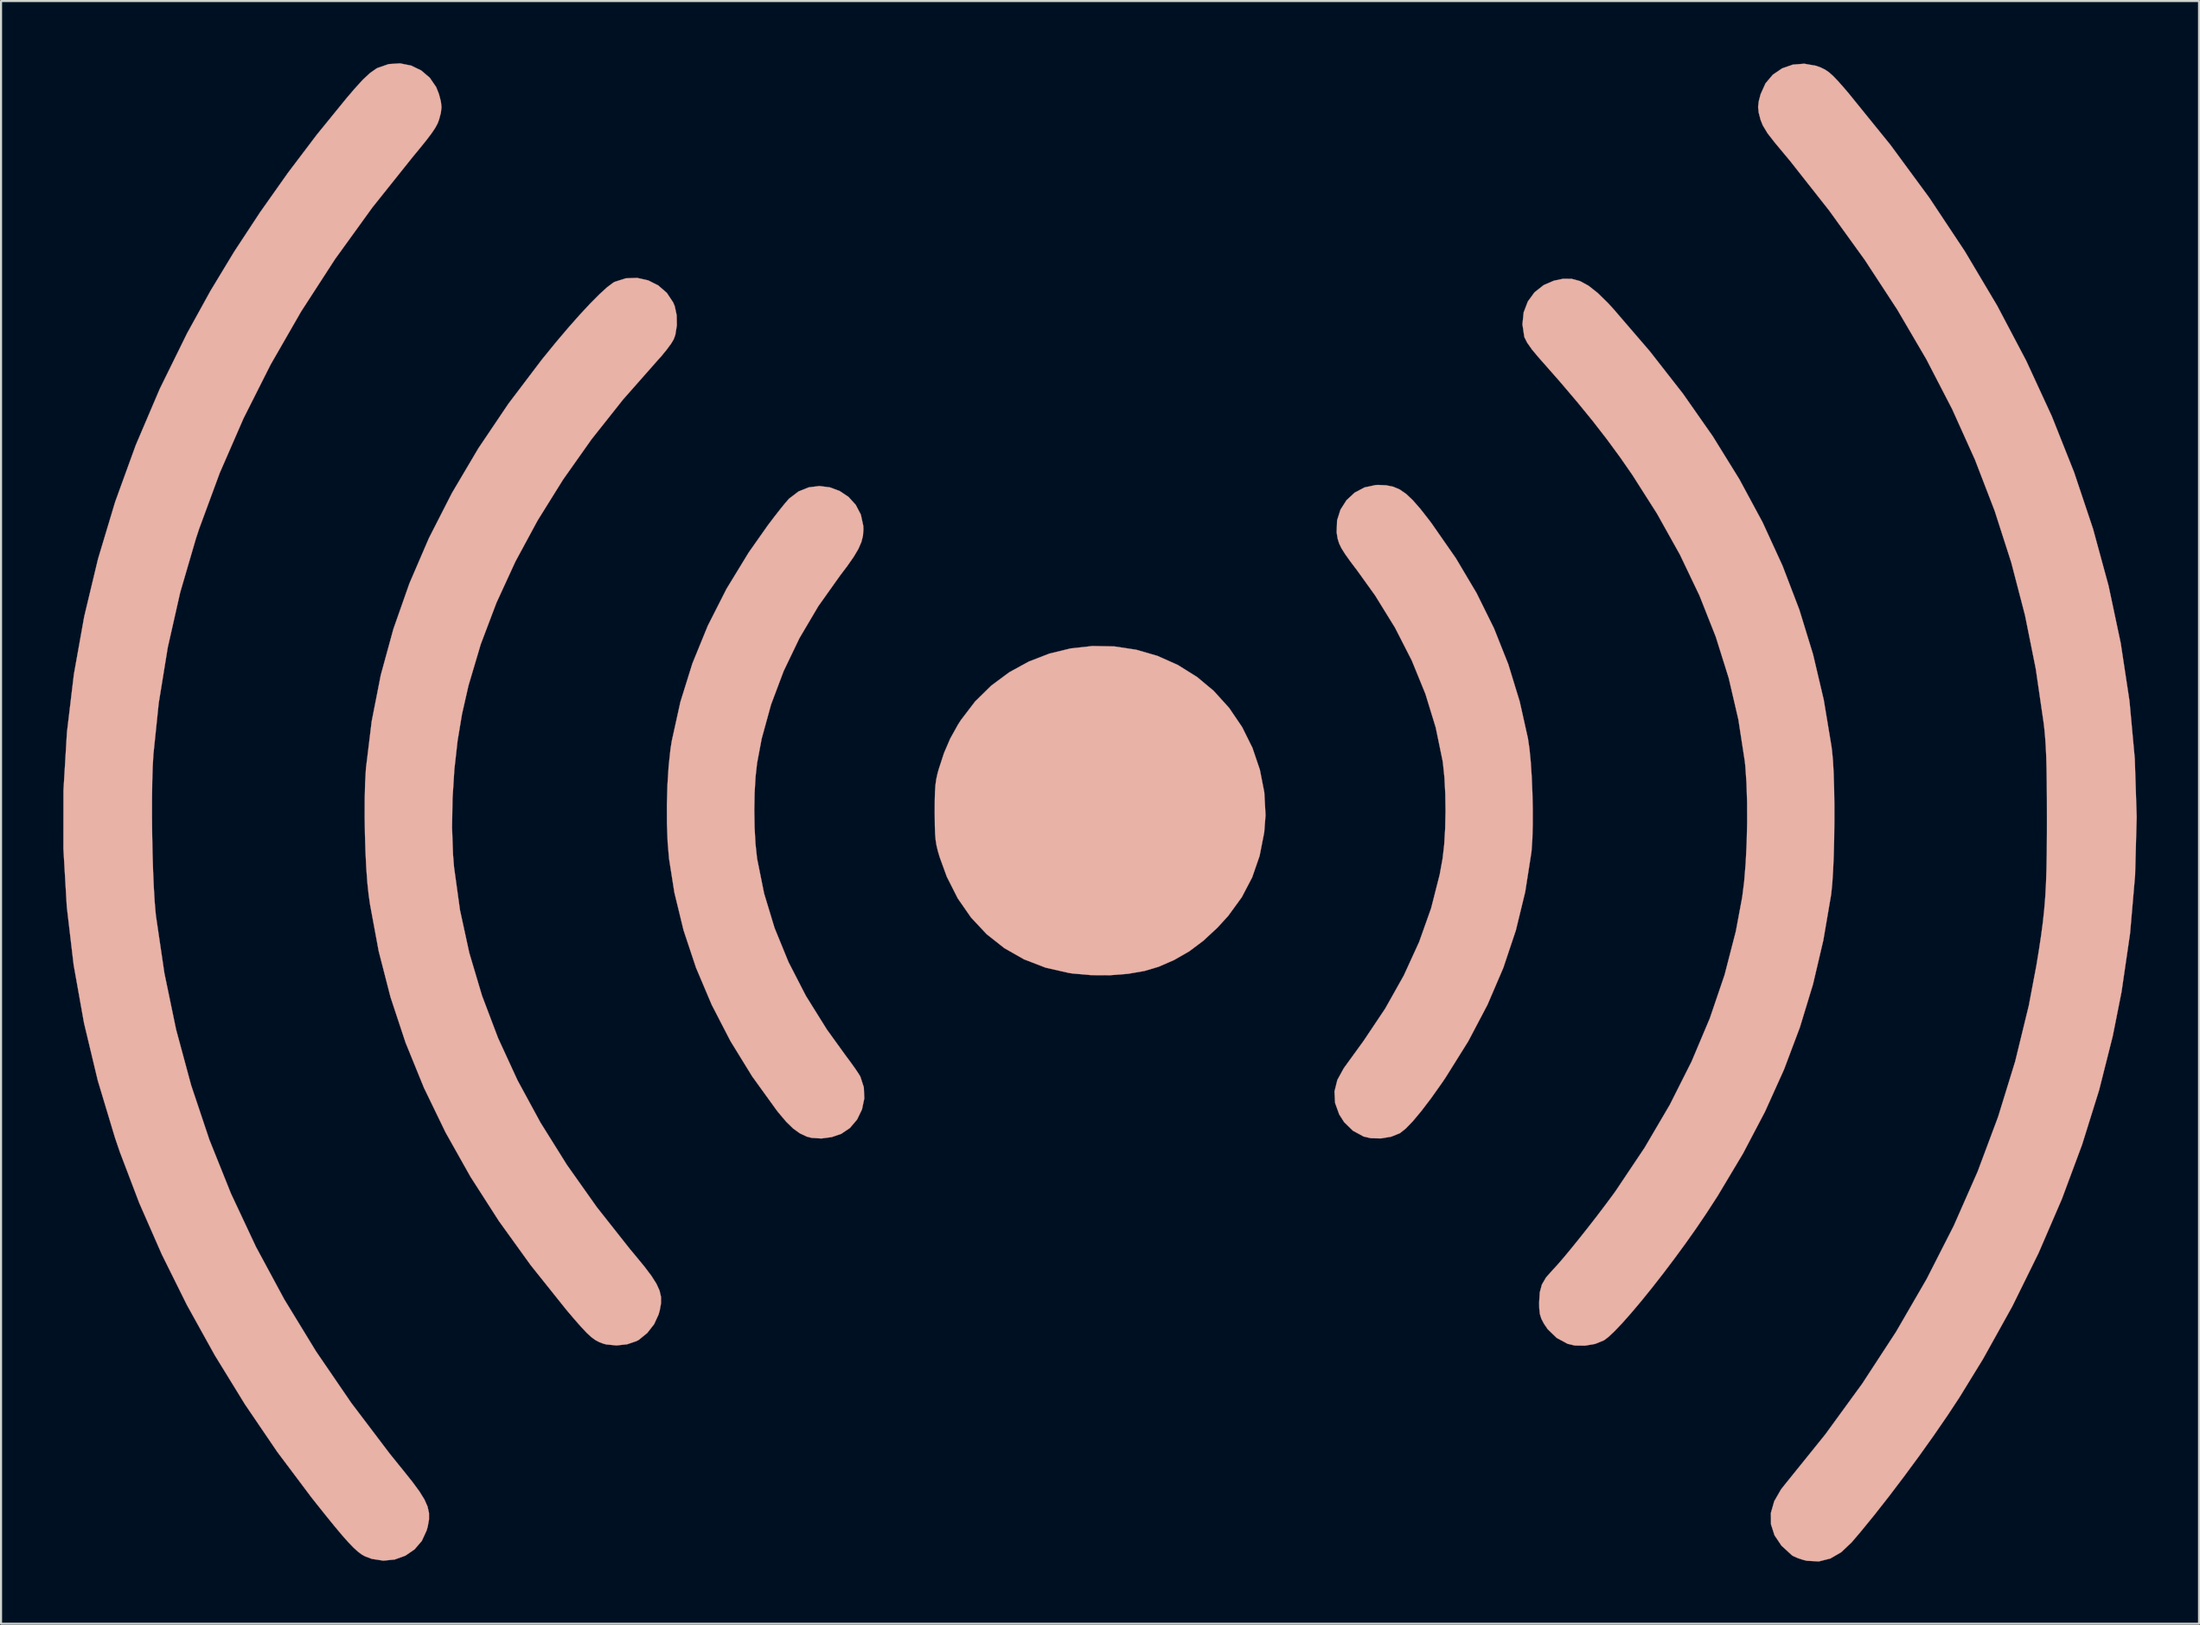
<source format=kicad_pcb>
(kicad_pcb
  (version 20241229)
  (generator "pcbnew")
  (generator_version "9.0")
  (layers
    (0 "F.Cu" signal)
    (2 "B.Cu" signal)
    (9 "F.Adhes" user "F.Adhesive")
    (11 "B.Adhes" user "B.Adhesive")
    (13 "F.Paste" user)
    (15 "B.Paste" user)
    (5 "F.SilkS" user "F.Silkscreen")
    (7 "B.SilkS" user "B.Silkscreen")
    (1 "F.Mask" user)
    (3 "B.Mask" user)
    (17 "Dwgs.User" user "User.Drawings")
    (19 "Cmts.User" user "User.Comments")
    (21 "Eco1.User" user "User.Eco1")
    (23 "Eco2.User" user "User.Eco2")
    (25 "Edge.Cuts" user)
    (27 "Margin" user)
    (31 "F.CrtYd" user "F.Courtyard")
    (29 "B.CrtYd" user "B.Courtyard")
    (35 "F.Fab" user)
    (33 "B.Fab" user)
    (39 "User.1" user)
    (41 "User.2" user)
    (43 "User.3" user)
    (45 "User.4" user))
  (footprint "rfid_7x20_B"
    (layer "F.Cu")
    (at 49.895 36.104)
    (property "Reference" "rfid_7x20_B" (at 0 0 0) (layer "B.SilkS") (effects (font (size 1.524 1.524) (thickness 0.3))))
    (attr through_hole)
    (fp_poly (pts (xy 0.745 -7.994) (xy 1.794 -7.836) (xy 2.819 -7.539) (xy 3.804 -7.1) (xy 4.734 -6.517) (xy 5.526 -5.856) (xy 6.275 -5.029) (xy 6.901 -4.105) (xy 7.397 -3.104) (xy 7.755 -2.048) (xy 7.968 -0.959) (xy 8.027 0.141) (xy 7.964 0.968) (xy 7.742 2.1) (xy 7.384 3.136) (xy 6.882 4.095) (xy 6.228 4.994) (xy 5.715 5.556) (xy 5.029 6.194) (xy 4.348 6.704) (xy 3.623 7.12) (xy 2.878 7.445) (xy 2.198 7.648) (xy 1.402 7.786) (xy 0.533 7.854) (xy -0.368 7.85) (xy -1.258 7.772) (xy -1.447 7.744) (xy -2.57 7.489) (xy -3.609 7.088) (xy -4.558 6.548) (xy -5.41 5.875) (xy -6.16 5.073) (xy -6.802 4.149) (xy -7.328 3.107) (xy -7.673 2.159) (xy -7.762 1.856) (xy -7.825 1.593) (xy -7.867 1.33) (xy -7.892 1.027) (xy -7.905 0.643) (xy -7.91 0.14) (xy -7.911 0) (xy -7.909 -0.555) (xy -7.898 -0.979) (xy -7.876 -1.311) (xy -7.837 -1.591) (xy -7.778 -1.857) (xy -7.723 -2.059) (xy -7.463 -2.857) (xy -7.163 -3.554) (xy -6.794 -4.218) (xy -6.649 -4.445) (xy -5.966 -5.34) (xy -5.183 -6.109) (xy -4.315 -6.752) (xy -3.379 -7.265) (xy -2.389 -7.648) (xy -1.362 -7.898) (xy -0.312 -8.014) (xy 0.745 -7.994)) (stroke (width 0.01) (type solid)) (fill yes) (layer "B.SilkS"))
    (fp_poly (pts (xy -12.961 -15.662) (xy -12.484 -15.483) (xy -12.061 -15.198) (xy -11.716 -14.818) (xy -11.472 -14.352) (xy -11.354 -13.811) (xy -11.347 -13.631) (xy -11.369 -13.327) (xy -11.446 -13.024) (xy -11.588 -12.697) (xy -11.811 -12.32) (xy -12.126 -11.868) (xy -12.467 -11.417) (xy -13.518 -9.937) (xy -14.427 -8.397) (xy -15.189 -6.81) (xy -15.798 -5.19) (xy -16.248 -3.551) (xy -16.47 -2.371) (xy -16.544 -1.709) (xy -16.589 -0.934) (xy -16.604 -0.102) (xy -16.59 0.733) (xy -16.547 1.518) (xy -16.474 2.196) (xy -16.468 2.241) (xy -16.131 3.916) (xy -15.628 5.575) (xy -14.956 7.22) (xy -14.117 8.851) (xy -13.109 10.468) (xy -12.233 11.684) (xy -11.979 12.026) (xy -11.752 12.343) (xy -11.58 12.598) (xy -11.494 12.742) (xy -11.327 13.257) (xy -11.304 13.796) (xy -11.416 14.324) (xy -11.651 14.809) (xy -11.996 15.217) (xy -12.416 15.5) (xy -12.871 15.656) (xy -13.369 15.723) (xy -13.84 15.694) (xy -14.076 15.632) (xy -14.409 15.475) (xy -14.729 15.245) (xy -15.064 14.919) (xy -15.442 14.472) (xy -15.522 14.37) (xy -16.706 12.729) (xy -17.752 11.028) (xy -18.655 9.279) (xy -19.41 7.495) (xy -20.011 5.688) (xy -20.453 3.871) (xy -20.711 2.233) (xy -20.778 1.442) (xy -20.813 0.552) (xy -20.815 -0.389) (xy -20.787 -1.332) (xy -20.729 -2.231) (xy -20.642 -3.037) (xy -20.581 -3.429) (xy -20.163 -5.323) (xy -19.585 -7.176) (xy -18.844 -8.991) (xy -17.94 -10.773) (xy -16.872 -12.524) (xy -15.954 -13.828) (xy -15.663 -14.213) (xy -15.384 -14.571) (xy -15.144 -14.869) (xy -14.968 -15.074) (xy -14.923 -15.122) (xy -14.472 -15.465) (xy -13.979 -15.663) (xy -13.467 -15.726) (xy -12.961 -15.662)) (stroke (width 0.01) (type solid)) (fill yes) (layer "B.SilkS"))
    (fp_poly (pts (xy 13.838 -15.762) (xy 14.175 -15.694) (xy 14.488 -15.562) (xy 14.798 -15.348) (xy 15.125 -15.039) (xy 15.492 -14.619) (xy 15.919 -14.072) (xy 16.038 -13.912) (xy 17.197 -12.246) (xy 18.192 -10.57) (xy 19.033 -8.87) (xy 19.724 -7.131) (xy 20.273 -5.338) (xy 20.671 -3.556) (xy 20.744 -3.053) (xy 20.805 -2.421) (xy 20.852 -1.7) (xy 20.885 -0.93) (xy 20.902 -0.152) (xy 20.901 0.596) (xy 20.883 1.273) (xy 20.845 1.838) (xy 20.833 1.949) (xy 20.537 3.841) (xy 20.088 5.688) (xy 19.483 7.498) (xy 18.719 9.28) (xy 17.792 11.041) (xy 16.699 12.79) (xy 16.53 13.039) (xy 16.007 13.778) (xy 15.536 14.397) (xy 15.125 14.89) (xy 14.78 15.248) (xy 14.507 15.464) (xy 14.497 15.47) (xy 14.08 15.638) (xy 13.591 15.72) (xy 13.102 15.71) (xy 12.753 15.629) (xy 12.236 15.348) (xy 11.813 14.934) (xy 11.578 14.564) (xy 11.379 14.012) (xy 11.349 13.459) (xy 11.487 12.903) (xy 11.794 12.343) (xy 11.832 12.289) (xy 12.015 12.036) (xy 12.261 11.696) (xy 12.536 11.317) (xy 12.747 11.026) (xy 13.793 9.462) (xy 14.688 7.869) (xy 15.426 6.256) (xy 16.004 4.63) (xy 16.419 3) (xy 16.56 2.219) (xy 16.636 1.558) (xy 16.682 0.784) (xy 16.7 -0.048) (xy 16.688 -0.886) (xy 16.647 -1.675) (xy 16.576 -2.36) (xy 16.56 -2.473) (xy 16.227 -4.088) (xy 15.731 -5.705) (xy 15.076 -7.312) (xy 14.267 -8.897) (xy 13.31 -10.448) (xy 12.45 -11.647) (xy 12.109 -12.099) (xy 11.86 -12.449) (xy 11.686 -12.726) (xy 11.573 -12.961) (xy 11.504 -13.182) (xy 11.464 -13.42) (xy 11.454 -13.505) (xy 11.474 -14.068) (xy 11.639 -14.589) (xy 11.929 -15.043) (xy 12.322 -15.408) (xy 12.797 -15.659) (xy 13.335 -15.774) (xy 13.456 -15.779) (xy 13.838 -15.762)) (stroke (width 0.01) (type solid)) (fill yes) (layer "B.SilkS"))
    (fp_poly (pts (xy -21.715 -25.639) (xy -21.229 -25.394) (xy -20.818 -25.036) (xy -20.513 -24.577) (xy -20.436 -24.392) (xy -20.344 -23.96) (xy -20.335 -23.476) (xy -20.408 -23.018) (xy -20.484 -22.804) (xy -20.611 -22.59) (xy -20.823 -22.302) (xy -21.085 -21.982) (xy -21.26 -21.788) (xy -22.924 -19.901) (xy -24.445 -17.981) (xy -25.819 -16.035) (xy -27.043 -14.068) (xy -28.114 -12.086) (xy -29.029 -10.095) (xy -29.783 -8.101) (xy -30.374 -6.11) (xy -30.685 -4.741) (xy -30.9 -3.448) (xy -31.054 -2.07) (xy -31.143 -0.66) (xy -31.166 0.728) (xy -31.119 2.043) (xy -31.071 2.637) (xy -30.784 4.715) (xy -30.335 6.78) (xy -29.724 8.835) (xy -28.949 10.882) (xy -28.01 12.923) (xy -26.905 14.959) (xy -25.634 16.993) (xy -24.196 19.027) (xy -22.589 21.063) (xy -22.351 21.348) (xy -21.901 21.895) (xy -21.561 22.345) (xy -21.32 22.724) (xy -21.169 23.055) (xy -21.098 23.363) (xy -21.098 23.672) (xy -21.159 24.006) (xy -21.214 24.204) (xy -21.429 24.673) (xy -21.762 25.1) (xy -22.168 25.429) (xy -22.276 25.489) (xy -22.728 25.643) (xy -23.242 25.699) (xy -23.738 25.651) (xy -23.876 25.614) (xy -24.075 25.539) (xy -24.262 25.439) (xy -24.456 25.297) (xy -24.676 25.093) (xy -24.944 24.809) (xy -25.278 24.429) (xy -25.674 23.961) (xy -27.374 21.833) (xy -28.907 19.704) (xy -30.275 17.571) (xy -31.479 15.429) (xy -32.522 13.274) (xy -33.405 11.103) (xy -34.13 8.91) (xy -34.7 6.692) (xy -35.116 4.445) (xy -35.183 3.979) (xy -35.246 3.395) (xy -35.298 2.682) (xy -35.337 1.881) (xy -35.363 1.031) (xy -35.375 0.173) (xy -35.372 -0.654) (xy -35.354 -1.408) (xy -35.318 -2.051) (xy -35.312 -2.13) (xy -35.038 -4.381) (xy -34.599 -6.615) (xy -33.992 -8.833) (xy -33.219 -11.034) (xy -32.278 -13.219) (xy -31.17 -15.39) (xy -29.895 -17.547) (xy -28.451 -19.691) (xy -26.838 -21.822) (xy -26.165 -22.648) (xy -25.566 -23.355) (xy -25.008 -23.986) (xy -24.503 -24.529) (xy -24.061 -24.973) (xy -23.694 -25.308) (xy -23.411 -25.521) (xy -23.325 -25.57) (xy -22.794 -25.739) (xy -22.247 -25.758) (xy -21.715 -25.639)) (stroke (width 0.01) (type solid)) (fill yes) (layer "B.SilkS"))
    (fp_poly (pts (xy 34.556 -35.981) (xy 34.79 -35.894) (xy 34.983 -35.799) (xy 35.168 -35.673) (xy 35.37 -35.494) (xy 35.615 -35.239) (xy 35.927 -34.884) (xy 36.102 -34.679) (xy 38.133 -32.171) (xy 40.006 -29.623) (xy 41.72 -27.039) (xy 43.276 -24.421) (xy 44.672 -21.772) (xy 45.907 -19.095) (xy 46.982 -16.392) (xy 47.894 -13.666) (xy 48.643 -10.919) (xy 49.229 -8.154) (xy 49.65 -5.375) (xy 49.907 -2.582) (xy 49.998 0.219) (xy 49.922 3.029) (xy 49.679 5.842) (xy 49.268 8.658) (xy 48.847 10.778) (xy 48.188 13.393) (xy 47.368 16.02) (xy 46.393 18.643) (xy 45.269 21.248) (xy 44.002 23.82) (xy 42.599 26.345) (xy 41.464 28.194) (xy 40.881 29.08) (xy 40.225 30.034) (xy 39.52 31.024) (xy 38.788 32.018) (xy 38.055 32.985) (xy 37.344 33.891) (xy 36.678 34.706) (xy 36.26 35.196) (xy 35.762 35.667) (xy 35.237 35.971) (xy 34.688 36.109) (xy 34.114 36.08) (xy 33.935 36.037) (xy 33.665 35.948) (xy 33.445 35.849) (xy 33.385 35.811) (xy 32.885 35.35) (xy 32.55 34.851) (xy 32.38 34.322) (xy 32.375 33.772) (xy 32.536 33.209) (xy 32.864 32.639) (xy 33.049 32.404) (xy 34.991 29.995) (xy 36.777 27.541) (xy 38.406 25.043) (xy 39.876 22.505) (xy 41.187 19.929) (xy 42.336 17.32) (xy 43.323 14.678) (xy 44.145 12.009) (xy 44.802 9.314) (xy 45.165 7.396) (xy 45.292 6.62) (xy 45.396 5.928) (xy 45.48 5.291) (xy 45.545 4.682) (xy 45.595 4.069) (xy 45.63 3.424) (xy 45.654 2.717) (xy 45.668 1.92) (xy 45.674 1.003) (xy 45.675 0.296) (xy 45.673 -0.638) (xy 45.667 -1.426) (xy 45.657 -2.091) (xy 45.642 -2.655) (xy 45.62 -3.141) (xy 45.592 -3.572) (xy 45.556 -3.971) (xy 45.522 -4.276) (xy 45.137 -6.917) (xy 44.617 -9.503) (xy 43.957 -12.04) (xy 43.155 -14.535) (xy 42.208 -16.995) (xy 41.112 -19.427) (xy 39.865 -21.838) (xy 38.463 -24.233) (xy 36.902 -26.622) (xy 35.181 -29.009) (xy 33.296 -31.402) (xy 32.565 -32.279) (xy 32.214 -32.73) (xy 31.985 -33.111) (xy 31.88 -33.374) (xy 31.788 -33.726) (xy 31.759 -34.001) (xy 31.792 -34.28) (xy 31.882 -34.618) (xy 32.117 -35.138) (xy 32.47 -35.555) (xy 32.916 -35.858) (xy 33.429 -36.038) (xy 33.984 -36.082) (xy 34.556 -35.981)) (stroke (width 0.01) (type solid)) (fill yes) (layer "B.SilkS"))
    (fp_poly (pts (xy -33.14 -35.993) (xy -32.654 -35.759) (xy -32.241 -35.409) (xy -31.929 -34.954) (xy -31.798 -34.621) (xy -31.705 -34.266) (xy -31.674 -33.99) (xy -31.705 -33.715) (xy -31.793 -33.383) (xy -31.864 -33.197) (xy -31.98 -32.984) (xy -32.157 -32.721) (xy -32.409 -32.388) (xy -32.75 -31.966) (xy -33.044 -31.611) (xy -35.007 -29.152) (xy -36.804 -26.663) (xy -38.437 -24.14) (xy -39.906 -21.583) (xy -41.213 -18.988) (xy -42.36 -16.354) (xy -43.346 -13.679) (xy -43.502 -13.208) (xy -44.264 -10.598) (xy -44.862 -7.952) (xy -45.299 -5.262) (xy -45.555 -2.787) (xy -45.588 -2.206) (xy -45.61 -1.498) (xy -45.621 -0.695) (xy -45.622 0.171) (xy -45.614 1.067) (xy -45.596 1.963) (xy -45.57 2.825) (xy -45.535 3.621) (xy -45.493 4.32) (xy -45.444 4.889) (xy -45.432 4.995) (xy -45.025 7.757) (xy -44.461 10.474) (xy -43.739 13.149) (xy -42.858 15.784) (xy -41.816 18.383) (xy -40.613 20.948) (xy -39.247 23.482) (xy -37.717 25.989) (xy -36.022 28.469) (xy -34.16 30.928) (xy -33.52 31.72) (xy -33.074 32.279) (xy -32.735 32.74) (xy -32.496 33.127) (xy -32.346 33.465) (xy -32.276 33.779) (xy -32.276 34.091) (xy -32.337 34.427) (xy -32.389 34.614) (xy -32.621 35.12) (xy -32.973 35.53) (xy -33.417 35.834) (xy -33.927 36.018) (xy -34.475 36.073) (xy -35.034 35.987) (xy -35.353 35.867) (xy -35.517 35.776) (xy -35.698 35.641) (xy -35.908 35.45) (xy -36.158 35.191) (xy -36.46 34.85) (xy -36.825 34.415) (xy -37.265 33.873) (xy -37.792 33.212) (xy -37.943 33.02) (xy -39.586 30.83) (xy -41.141 28.541) (xy -42.595 26.174) (xy -43.937 23.754) (xy -45.154 21.301) (xy -46.234 18.837) (xy -47.166 16.386) (xy -47.401 15.698) (xy -48.233 12.932) (xy -48.898 10.151) (xy -49.396 7.359) (xy -49.726 4.558) (xy -49.89 1.753) (xy -49.887 -1.053) (xy -49.719 -3.855) (xy -49.385 -6.651) (xy -48.887 -9.437) (xy -48.223 -12.21) (xy -47.396 -14.964) (xy -46.404 -17.698) (xy -45.249 -20.407) (xy -43.931 -23.088) (xy -42.799 -25.142) (xy -41.667 -27.014) (xy -40.415 -28.92) (xy -39.076 -30.817) (xy -37.681 -32.661) (xy -36.26 -34.408) (xy -35.866 -34.87) (xy -35.458 -35.318) (xy -35.114 -35.637) (xy -34.815 -35.847) (xy -34.757 -35.878) (xy -34.219 -36.064) (xy -33.671 -36.099) (xy -33.14 -35.993)) (stroke (width 0.01) (type solid)) (fill yes) (layer "B.SilkS"))
    (fp_poly (pts (xy 22.777 -25.713) (xy 23.178 -25.605) (xy 23.589 -25.381) (xy 24.03 -25.033) (xy 24.521 -24.551) (xy 24.775 -24.276) (xy 26.541 -22.223) (xy 28.142 -20.172) (xy 29.578 -18.119) (xy 30.854 -16.056) (xy 31.973 -13.98) (xy 32.935 -11.884) (xy 33.746 -9.762) (xy 34.407 -7.608) (xy 34.922 -5.418) (xy 35.292 -3.186) (xy 35.321 -2.963) (xy 35.366 -2.483) (xy 35.399 -1.867) (xy 35.421 -1.149) (xy 35.433 -0.363) (xy 35.433 0.458) (xy 35.423 1.282) (xy 35.403 2.074) (xy 35.372 2.801) (xy 35.332 3.43) (xy 35.282 3.928) (xy 35.275 3.979) (xy 34.902 6.165) (xy 34.404 8.288) (xy 33.773 10.362) (xy 33.005 12.403) (xy 32.092 14.428) (xy 31.029 16.452) (xy 29.81 18.491) (xy 29.256 19.346) (xy 28.772 20.061) (xy 28.256 20.791) (xy 27.721 21.521) (xy 27.181 22.236) (xy 26.648 22.919) (xy 26.134 23.555) (xy 25.652 24.127) (xy 25.216 24.62) (xy 24.838 25.018) (xy 24.531 25.305) (xy 24.335 25.451) (xy 23.913 25.624) (xy 23.422 25.71) (xy 22.935 25.704) (xy 22.585 25.623) (xy 22.059 25.339) (xy 21.625 24.921) (xy 21.444 24.656) (xy 21.316 24.412) (xy 21.245 24.184) (xy 21.215 23.904) (xy 21.211 23.622) (xy 21.24 23.144) (xy 21.342 22.765) (xy 21.541 22.424) (xy 21.863 22.061) (xy 21.868 22.056) (xy 22.088 21.818) (xy 22.389 21.469) (xy 22.749 21.035) (xy 23.149 20.54) (xy 23.568 20.011) (xy 23.987 19.472) (xy 24.384 18.949) (xy 24.741 18.468) (xy 24.901 18.246) (xy 26.287 16.175) (xy 27.505 14.099) (xy 28.553 12.017) (xy 29.433 9.931) (xy 30.144 7.839) (xy 30.686 5.74) (xy 30.994 4.087) (xy 31.089 3.331) (xy 31.16 2.452) (xy 31.208 1.497) (xy 31.231 0.509) (xy 31.229 -0.465) (xy 31.201 -1.381) (xy 31.146 -2.193) (xy 31.119 -2.455) (xy 30.808 -4.474) (xy 30.343 -6.473) (xy 29.72 -8.46) (xy 28.938 -10.439) (xy 27.994 -12.417) (xy 26.887 -14.399) (xy 25.709 -16.25) (xy 25.107 -17.119) (xy 24.474 -17.982) (xy 23.791 -18.863) (xy 23.039 -19.784) (xy 22.2 -20.771) (xy 21.254 -21.845) (xy 21.193 -21.914) (xy 20.865 -22.306) (xy 20.629 -22.643) (xy 20.501 -22.898) (xy 20.495 -22.918) (xy 20.405 -23.523) (xy 20.465 -24.098) (xy 20.664 -24.62) (xy 20.989 -25.066) (xy 21.43 -25.413) (xy 21.92 -25.624) (xy 22.365 -25.717) (xy 22.777 -25.713)) (stroke (width 0.01) (type solid)) (fill yes) (layer "B.SilkS")))
  (gr_rect
    (start -3 -3)
    (end 102.898 75.218)
    (stroke (width 0.1) (type default))
    (fill no)
    (layer "Edge.Cuts")))
</source>
